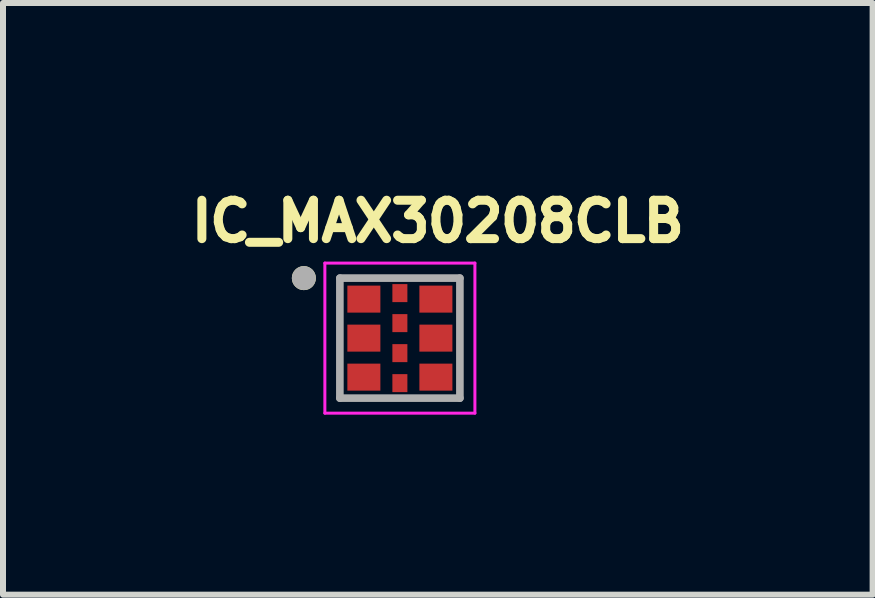
<source format=kicad_pcb>
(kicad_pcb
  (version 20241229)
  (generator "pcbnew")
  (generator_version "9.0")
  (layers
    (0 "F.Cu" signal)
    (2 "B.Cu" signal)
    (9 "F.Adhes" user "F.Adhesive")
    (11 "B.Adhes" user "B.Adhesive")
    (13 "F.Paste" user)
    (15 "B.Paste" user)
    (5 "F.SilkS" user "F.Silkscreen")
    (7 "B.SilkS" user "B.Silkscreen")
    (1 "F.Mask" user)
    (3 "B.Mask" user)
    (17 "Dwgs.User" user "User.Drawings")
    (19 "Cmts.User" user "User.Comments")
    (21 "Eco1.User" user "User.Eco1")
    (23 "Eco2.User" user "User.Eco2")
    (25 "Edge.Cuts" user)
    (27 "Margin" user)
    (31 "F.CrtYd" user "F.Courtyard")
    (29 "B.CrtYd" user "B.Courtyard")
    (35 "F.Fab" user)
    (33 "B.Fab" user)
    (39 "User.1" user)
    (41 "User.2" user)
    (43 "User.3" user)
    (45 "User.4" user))
  (footprint "IC_MAX30208CLB"
    (layer "F.Cu")
    (at 3.613 2.584)
    (property "Reference" "IC_MAX30208CLB" (at 0.632 -1.946 0) (layer "F.SilkS") (effects (font (size 0.64 0.64) (thickness 0.15))))
    (attr smd)
    (fp_circle (center -1.6 -1) (end -1.5 -1) (stroke (width 0.2) (type solid)) (fill no) (layer "F.SilkS"))
    (fp_line (start -1.25 -1.25) (end 1.25 -1.25) (stroke (width 0.05) (type solid)) (layer "F.CrtYd"))
    (fp_line (start -1.25 1.25) (end -1.25 -1.25) (stroke (width 0.05) (type solid)) (layer "F.CrtYd"))
    (fp_line (start 1.25 -1.25) (end 1.25 1.25) (stroke (width 0.05) (type solid)) (layer "F.CrtYd"))
    (fp_line (start 1.25 1.25) (end -1.25 1.25) (stroke (width 0.05) (type solid)) (layer "F.CrtYd"))
    (fp_line (start -1 -1) (end 1 -1) (stroke (width 0.127) (type solid)) (layer "F.Fab"))
    (fp_line (start -1 1) (end -1 -1) (stroke (width 0.127) (type solid)) (layer "F.Fab"))
    (fp_line (start 1 -1) (end 1 1) (stroke (width 0.127) (type solid)) (layer "F.Fab"))
    (fp_line (start 1 1) (end -1 1) (stroke (width 0.127) (type solid)) (layer "F.Fab"))
    (fp_circle (center -1.6 -1) (end -1.5 -1) (stroke (width 0.2) (type solid)) (fill no) (layer "F.Fab"))
    (pad "1" smd rect (at -0.6 -0.65) (size 0.55 0.45) (layers "F.Cu" "F.Mask" "F.Paste"))
    (pad "2" smd rect (at -0.6 0) (size 0.55 0.45) (layers "F.Cu" "F.Mask" "F.Paste"))
    (pad "3" smd rect (at -0.6 0.65) (size 0.55 0.45) (layers "F.Cu" "F.Mask" "F.Paste"))
    (pad "4" smd rect (at 0.6 0.65) (size 0.55 0.45) (layers "F.Cu" "F.Mask" "F.Paste"))
    (pad "5" smd rect (at 0.6 0) (size 0.55 0.45) (layers "F.Cu" "F.Mask" "F.Paste"))
    (pad "6" smd rect (at 0.6 -0.65) (size 0.55 0.45) (layers "F.Cu" "F.Mask" "F.Paste"))
    (pad "7" smd rect (at 0 -0.75) (size 0.25 0.3) (layers "F.Cu" "F.Mask" "F.Paste"))
    (pad "8" smd rect (at 0 -0.25) (size 0.25 0.3) (layers "F.Cu" "F.Mask" "F.Paste"))
    (pad "9" smd rect (at 0 0.25) (size 0.25 0.3) (layers "F.Cu" "F.Mask" "F.Paste"))
    (pad "10" smd rect (at 0 0.75) (size 0.25 0.3) (layers "F.Cu" "F.Mask" "F.Paste")))
  (gr_rect
    (start -3 -3)
    (end 11.49 6.859)
    (stroke (width 0.1) (type default))
    (fill no)
    (layer "Edge.Cuts")))
</source>
